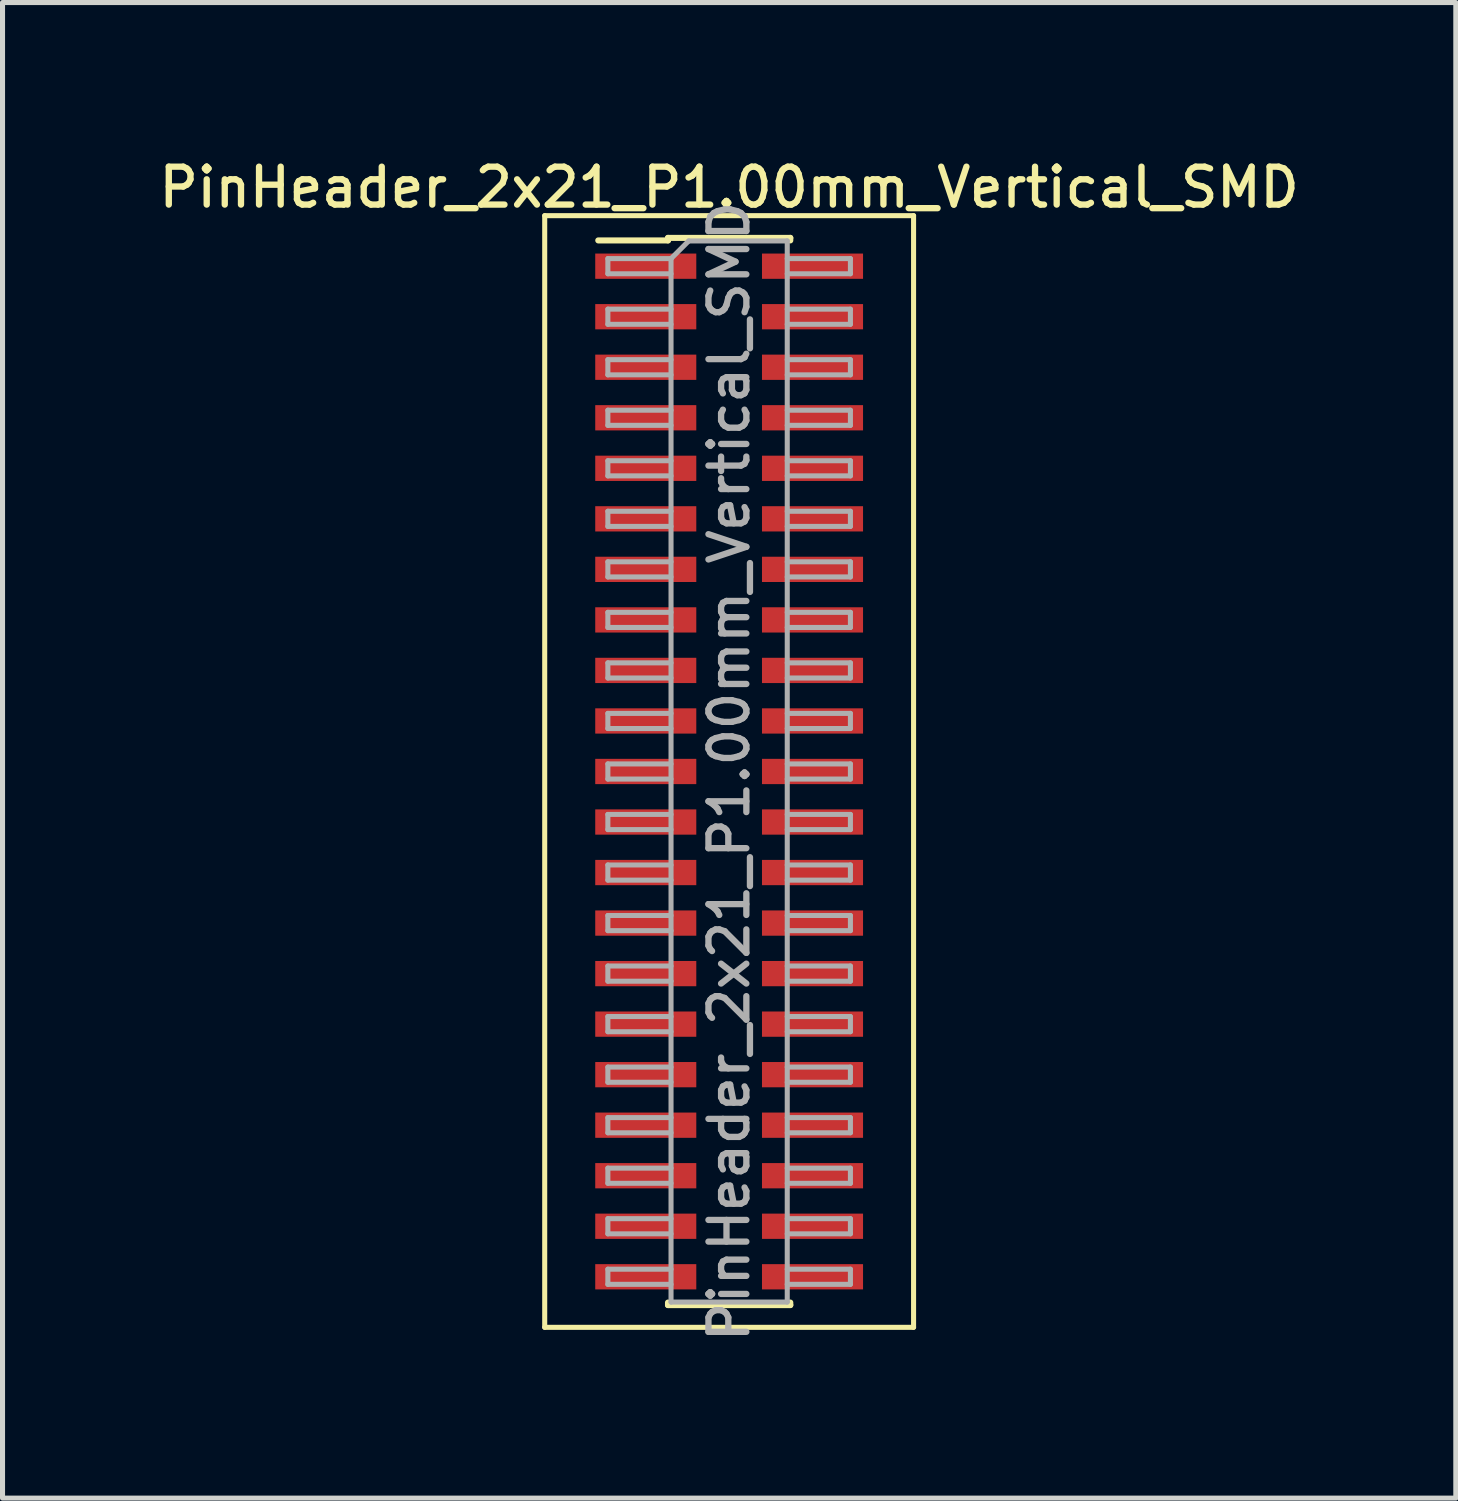
<source format=kicad_pcb>
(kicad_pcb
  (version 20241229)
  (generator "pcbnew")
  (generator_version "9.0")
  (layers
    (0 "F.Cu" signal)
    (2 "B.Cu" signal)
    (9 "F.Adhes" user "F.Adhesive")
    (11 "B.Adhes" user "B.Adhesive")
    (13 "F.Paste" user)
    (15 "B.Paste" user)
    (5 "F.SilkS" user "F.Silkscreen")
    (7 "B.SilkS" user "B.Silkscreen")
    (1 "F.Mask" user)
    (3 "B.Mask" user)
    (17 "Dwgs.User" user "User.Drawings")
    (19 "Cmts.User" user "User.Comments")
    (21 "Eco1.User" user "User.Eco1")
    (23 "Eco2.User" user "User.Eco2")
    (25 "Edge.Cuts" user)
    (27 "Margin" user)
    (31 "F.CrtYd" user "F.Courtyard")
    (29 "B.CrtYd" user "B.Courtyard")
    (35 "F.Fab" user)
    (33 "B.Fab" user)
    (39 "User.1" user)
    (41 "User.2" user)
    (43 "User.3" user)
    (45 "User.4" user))
  (footprint "PinHeader_2x21_P1.00mm_Vertical_SMD"
    (layer "F.Cu")
    (at 11.38 12.218)
    (property "Reference" "PinHeader_2x21_P1.00mm_Vertical_SMD" (at 0 -11.56 0) (layer "F.SilkS") (effects (font (size 0.75 0.75) (thickness 0.125))))
    (attr smd)
    (fp_line (start -3.65 -11) (end -3.65 11) (stroke (width 0.1) (type solid)) (layer "F.SilkS"))
    (fp_line (start -3.65 11) (end 3.65 11) (stroke (width 0.1) (type solid)) (layer "F.SilkS"))
    (fp_line (start -2.59 -10.51) (end -1.21 -10.51) (stroke (width 0.12) (type solid)) (layer "F.SilkS"))
    (fp_line (start -1.21 -10.56) (end -1.21 -10.51) (stroke (width 0.12) (type solid)) (layer "F.SilkS"))
    (fp_line (start -1.21 -10.56) (end 1.21 -10.56) (stroke (width 0.12) (type solid)) (layer "F.SilkS"))
    (fp_line (start -1.21 10.51) (end -1.21 10.56) (stroke (width 0.12) (type solid)) (layer "F.SilkS"))
    (fp_line (start -1.21 10.56) (end 1.21 10.56) (stroke (width 0.12) (type solid)) (layer "F.SilkS"))
    (fp_line (start 1.21 -10.56) (end 1.21 -10.51) (stroke (width 0.12) (type solid)) (layer "F.SilkS"))
    (fp_line (start 1.21 10.51) (end 1.21 10.56) (stroke (width 0.12) (type solid)) (layer "F.SilkS"))
    (fp_line (start 3.65 -11) (end -3.65 -11) (stroke (width 0.1) (type solid)) (layer "F.SilkS"))
    (fp_line (start 3.65 11) (end 3.65 -11) (stroke (width 0.1) (type solid)) (layer "F.SilkS"))
    (fp_line (start -2.4 -10.15) (end -2.4 -9.85) (stroke (width 0.1) (type solid)) (layer "F.Fab"))
    (fp_line (start -2.4 -9.85) (end -1.15 -9.85) (stroke (width 0.1) (type solid)) (layer "F.Fab"))
    (fp_line (start -2.4 -9.15) (end -2.4 -8.85) (stroke (width 0.1) (type solid)) (layer "F.Fab"))
    (fp_line (start -2.4 -8.85) (end -1.15 -8.85) (stroke (width 0.1) (type solid)) (layer "F.Fab"))
    (fp_line (start -2.4 -8.15) (end -2.4 -7.85) (stroke (width 0.1) (type solid)) (layer "F.Fab"))
    (fp_line (start -2.4 -7.85) (end -1.15 -7.85) (stroke (width 0.1) (type solid)) (layer "F.Fab"))
    (fp_line (start -2.4 -7.15) (end -2.4 -6.85) (stroke (width 0.1) (type solid)) (layer "F.Fab"))
    (fp_line (start -2.4 -6.85) (end -1.15 -6.85) (stroke (width 0.1) (type solid)) (layer "F.Fab"))
    (fp_line (start -2.4 -6.15) (end -2.4 -5.85) (stroke (width 0.1) (type solid)) (layer "F.Fab"))
    (fp_line (start -2.4 -5.85) (end -1.15 -5.85) (stroke (width 0.1) (type solid)) (layer "F.Fab"))
    (fp_line (start -2.4 -5.15) (end -2.4 -4.85) (stroke (width 0.1) (type solid)) (layer "F.Fab"))
    (fp_line (start -2.4 -4.85) (end -1.15 -4.85) (stroke (width 0.1) (type solid)) (layer "F.Fab"))
    (fp_line (start -2.4 -4.15) (end -2.4 -3.85) (stroke (width 0.1) (type solid)) (layer "F.Fab"))
    (fp_line (start -2.4 -3.85) (end -1.15 -3.85) (stroke (width 0.1) (type solid)) (layer "F.Fab"))
    (fp_line (start -2.4 -3.15) (end -2.4 -2.85) (stroke (width 0.1) (type solid)) (layer "F.Fab"))
    (fp_line (start -2.4 -2.85) (end -1.15 -2.85) (stroke (width 0.1) (type solid)) (layer "F.Fab"))
    (fp_line (start -2.4 -2.15) (end -2.4 -1.85) (stroke (width 0.1) (type solid)) (layer "F.Fab"))
    (fp_line (start -2.4 -1.85) (end -1.15 -1.85) (stroke (width 0.1) (type solid)) (layer "F.Fab"))
    (fp_line (start -2.4 -1.15) (end -2.4 -0.85) (stroke (width 0.1) (type solid)) (layer "F.Fab"))
    (fp_line (start -2.4 -0.85) (end -1.15 -0.85) (stroke (width 0.1) (type solid)) (layer "F.Fab"))
    (fp_line (start -2.4 -0.15) (end -2.4 0.15) (stroke (width 0.1) (type solid)) (layer "F.Fab"))
    (fp_line (start -2.4 0.15) (end -1.15 0.15) (stroke (width 0.1) (type solid)) (layer "F.Fab"))
    (fp_line (start -2.4 0.85) (end -2.4 1.15) (stroke (width 0.1) (type solid)) (layer "F.Fab"))
    (fp_line (start -2.4 1.15) (end -1.15 1.15) (stroke (width 0.1) (type solid)) (layer "F.Fab"))
    (fp_line (start -2.4 1.85) (end -2.4 2.15) (stroke (width 0.1) (type solid)) (layer "F.Fab"))
    (fp_line (start -2.4 2.15) (end -1.15 2.15) (stroke (width 0.1) (type solid)) (layer "F.Fab"))
    (fp_line (start -2.4 2.85) (end -2.4 3.15) (stroke (width 0.1) (type solid)) (layer "F.Fab"))
    (fp_line (start -2.4 3.15) (end -1.15 3.15) (stroke (width 0.1) (type solid)) (layer "F.Fab"))
    (fp_line (start -2.4 3.85) (end -2.4 4.15) (stroke (width 0.1) (type solid)) (layer "F.Fab"))
    (fp_line (start -2.4 4.15) (end -1.15 4.15) (stroke (width 0.1) (type solid)) (layer "F.Fab"))
    (fp_line (start -2.4 4.85) (end -2.4 5.15) (stroke (width 0.1) (type solid)) (layer "F.Fab"))
    (fp_line (start -2.4 5.15) (end -1.15 5.15) (stroke (width 0.1) (type solid)) (layer "F.Fab"))
    (fp_line (start -2.4 5.85) (end -2.4 6.15) (stroke (width 0.1) (type solid)) (layer "F.Fab"))
    (fp_line (start -2.4 6.15) (end -1.15 6.15) (stroke (width 0.1) (type solid)) (layer "F.Fab"))
    (fp_line (start -2.4 6.85) (end -2.4 7.15) (stroke (width 0.1) (type solid)) (layer "F.Fab"))
    (fp_line (start -2.4 7.15) (end -1.15 7.15) (stroke (width 0.1) (type solid)) (layer "F.Fab"))
    (fp_line (start -2.4 7.85) (end -2.4 8.15) (stroke (width 0.1) (type solid)) (layer "F.Fab"))
    (fp_line (start -2.4 8.15) (end -1.15 8.15) (stroke (width 0.1) (type solid)) (layer "F.Fab"))
    (fp_line (start -2.4 8.85) (end -2.4 9.15) (stroke (width 0.1) (type solid)) (layer "F.Fab"))
    (fp_line (start -2.4 9.15) (end -1.15 9.15) (stroke (width 0.1) (type solid)) (layer "F.Fab"))
    (fp_line (start -2.4 9.85) (end -2.4 10.15) (stroke (width 0.1) (type solid)) (layer "F.Fab"))
    (fp_line (start -2.4 10.15) (end -1.15 10.15) (stroke (width 0.1) (type solid)) (layer "F.Fab"))
    (fp_line (start -1.15 -10.15) (end -2.4 -10.15) (stroke (width 0.1) (type solid)) (layer "F.Fab"))
    (fp_line (start -1.15 -10.15) (end -0.8 -10.5) (stroke (width 0.1) (type solid)) (layer "F.Fab"))
    (fp_line (start -1.15 -9.15) (end -2.4 -9.15) (stroke (width 0.1) (type solid)) (layer "F.Fab"))
    (fp_line (start -1.15 -8.15) (end -2.4 -8.15) (stroke (width 0.1) (type solid)) (layer "F.Fab"))
    (fp_line (start -1.15 -7.15) (end -2.4 -7.15) (stroke (width 0.1) (type solid)) (layer "F.Fab"))
    (fp_line (start -1.15 -6.15) (end -2.4 -6.15) (stroke (width 0.1) (type solid)) (layer "F.Fab"))
    (fp_line (start -1.15 -5.15) (end -2.4 -5.15) (stroke (width 0.1) (type solid)) (layer "F.Fab"))
    (fp_line (start -1.15 -4.15) (end -2.4 -4.15) (stroke (width 0.1) (type solid)) (layer "F.Fab"))
    (fp_line (start -1.15 -3.15) (end -2.4 -3.15) (stroke (width 0.1) (type solid)) (layer "F.Fab"))
    (fp_line (start -1.15 -2.15) (end -2.4 -2.15) (stroke (width 0.1) (type solid)) (layer "F.Fab"))
    (fp_line (start -1.15 -1.15) (end -2.4 -1.15) (stroke (width 0.1) (type solid)) (layer "F.Fab"))
    (fp_line (start -1.15 -0.15) (end -2.4 -0.15) (stroke (width 0.1) (type solid)) (layer "F.Fab"))
    (fp_line (start -1.15 0.85) (end -2.4 0.85) (stroke (width 0.1) (type solid)) (layer "F.Fab"))
    (fp_line (start -1.15 1.85) (end -2.4 1.85) (stroke (width 0.1) (type solid)) (layer "F.Fab"))
    (fp_line (start -1.15 2.85) (end -2.4 2.85) (stroke (width 0.1) (type solid)) (layer "F.Fab"))
    (fp_line (start -1.15 3.85) (end -2.4 3.85) (stroke (width 0.1) (type solid)) (layer "F.Fab"))
    (fp_line (start -1.15 4.85) (end -2.4 4.85) (stroke (width 0.1) (type solid)) (layer "F.Fab"))
    (fp_line (start -1.15 5.85) (end -2.4 5.85) (stroke (width 0.1) (type solid)) (layer "F.Fab"))
    (fp_line (start -1.15 6.85) (end -2.4 6.85) (stroke (width 0.1) (type solid)) (layer "F.Fab"))
    (fp_line (start -1.15 7.85) (end -2.4 7.85) (stroke (width 0.1) (type solid)) (layer "F.Fab"))
    (fp_line (start -1.15 8.85) (end -2.4 8.85) (stroke (width 0.1) (type solid)) (layer "F.Fab"))
    (fp_line (start -1.15 9.85) (end -2.4 9.85) (stroke (width 0.1) (type solid)) (layer "F.Fab"))
    (fp_line (start -1.15 10.5) (end -1.15 -10.15) (stroke (width 0.1) (type solid)) (layer "F.Fab"))
    (fp_line (start -0.8 -10.5) (end 1.15 -10.5) (stroke (width 0.1) (type solid)) (layer "F.Fab"))
    (fp_line (start 1.15 -10.5) (end 1.15 10.5) (stroke (width 0.1) (type solid)) (layer "F.Fab"))
    (fp_line (start 1.15 -10.15) (end 2.4 -10.15) (stroke (width 0.1) (type solid)) (layer "F.Fab"))
    (fp_line (start 1.15 -9.15) (end 2.4 -9.15) (stroke (width 0.1) (type solid)) (layer "F.Fab"))
    (fp_line (start 1.15 -8.15) (end 2.4 -8.15) (stroke (width 0.1) (type solid)) (layer "F.Fab"))
    (fp_line (start 1.15 -7.15) (end 2.4 -7.15) (stroke (width 0.1) (type solid)) (layer "F.Fab"))
    (fp_line (start 1.15 -6.15) (end 2.4 -6.15) (stroke (width 0.1) (type solid)) (layer "F.Fab"))
    (fp_line (start 1.15 -5.15) (end 2.4 -5.15) (stroke (width 0.1) (type solid)) (layer "F.Fab"))
    (fp_line (start 1.15 -4.15) (end 2.4 -4.15) (stroke (width 0.1) (type solid)) (layer "F.Fab"))
    (fp_line (start 1.15 -3.15) (end 2.4 -3.15) (stroke (width 0.1) (type solid)) (layer "F.Fab"))
    (fp_line (start 1.15 -2.15) (end 2.4 -2.15) (stroke (width 0.1) (type solid)) (layer "F.Fab"))
    (fp_line (start 1.15 -1.15) (end 2.4 -1.15) (stroke (width 0.1) (type solid)) (layer "F.Fab"))
    (fp_line (start 1.15 -0.15) (end 2.4 -0.15) (stroke (width 0.1) (type solid)) (layer "F.Fab"))
    (fp_line (start 1.15 0.85) (end 2.4 0.85) (stroke (width 0.1) (type solid)) (layer "F.Fab"))
    (fp_line (start 1.15 1.85) (end 2.4 1.85) (stroke (width 0.1) (type solid)) (layer "F.Fab"))
    (fp_line (start 1.15 2.85) (end 2.4 2.85) (stroke (width 0.1) (type solid)) (layer "F.Fab"))
    (fp_line (start 1.15 3.85) (end 2.4 3.85) (stroke (width 0.1) (type solid)) (layer "F.Fab"))
    (fp_line (start 1.15 4.85) (end 2.4 4.85) (stroke (width 0.1) (type solid)) (layer "F.Fab"))
    (fp_line (start 1.15 5.85) (end 2.4 5.85) (stroke (width 0.1) (type solid)) (layer "F.Fab"))
    (fp_line (start 1.15 6.85) (end 2.4 6.85) (stroke (width 0.1) (type solid)) (layer "F.Fab"))
    (fp_line (start 1.15 7.85) (end 2.4 7.85) (stroke (width 0.1) (type solid)) (layer "F.Fab"))
    (fp_line (start 1.15 8.85) (end 2.4 8.85) (stroke (width 0.1) (type solid)) (layer "F.Fab"))
    (fp_line (start 1.15 9.85) (end 2.4 9.85) (stroke (width 0.1) (type solid)) (layer "F.Fab"))
    (fp_line (start 1.15 10.5) (end -1.15 10.5) (stroke (width 0.1) (type solid)) (layer "F.Fab"))
    (fp_line (start 2.4 -10.15) (end 2.4 -9.85) (stroke (width 0.1) (type solid)) (layer "F.Fab"))
    (fp_line (start 2.4 -9.85) (end 1.15 -9.85) (stroke (width 0.1) (type solid)) (layer "F.Fab"))
    (fp_line (start 2.4 -9.15) (end 2.4 -8.85) (stroke (width 0.1) (type solid)) (layer "F.Fab"))
    (fp_line (start 2.4 -8.85) (end 1.15 -8.85) (stroke (width 0.1) (type solid)) (layer "F.Fab"))
    (fp_line (start 2.4 -8.15) (end 2.4 -7.85) (stroke (width 0.1) (type solid)) (layer "F.Fab"))
    (fp_line (start 2.4 -7.85) (end 1.15 -7.85) (stroke (width 0.1) (type solid)) (layer "F.Fab"))
    (fp_line (start 2.4 -7.15) (end 2.4 -6.85) (stroke (width 0.1) (type solid)) (layer "F.Fab"))
    (fp_line (start 2.4 -6.85) (end 1.15 -6.85) (stroke (width 0.1) (type solid)) (layer "F.Fab"))
    (fp_line (start 2.4 -6.15) (end 2.4 -5.85) (stroke (width 0.1) (type solid)) (layer "F.Fab"))
    (fp_line (start 2.4 -5.85) (end 1.15 -5.85) (stroke (width 0.1) (type solid)) (layer "F.Fab"))
    (fp_line (start 2.4 -5.15) (end 2.4 -4.85) (stroke (width 0.1) (type solid)) (layer "F.Fab"))
    (fp_line (start 2.4 -4.85) (end 1.15 -4.85) (stroke (width 0.1) (type solid)) (layer "F.Fab"))
    (fp_line (start 2.4 -4.15) (end 2.4 -3.85) (stroke (width 0.1) (type solid)) (layer "F.Fab"))
    (fp_line (start 2.4 -3.85) (end 1.15 -3.85) (stroke (width 0.1) (type solid)) (layer "F.Fab"))
    (fp_line (start 2.4 -3.15) (end 2.4 -2.85) (stroke (width 0.1) (type solid)) (layer "F.Fab"))
    (fp_line (start 2.4 -2.85) (end 1.15 -2.85) (stroke (width 0.1) (type solid)) (layer "F.Fab"))
    (fp_line (start 2.4 -2.15) (end 2.4 -1.85) (stroke (width 0.1) (type solid)) (layer "F.Fab"))
    (fp_line (start 2.4 -1.85) (end 1.15 -1.85) (stroke (width 0.1) (type solid)) (layer "F.Fab"))
    (fp_line (start 2.4 -1.15) (end 2.4 -0.85) (stroke (width 0.1) (type solid)) (layer "F.Fab"))
    (fp_line (start 2.4 -0.85) (end 1.15 -0.85) (stroke (width 0.1) (type solid)) (layer "F.Fab"))
    (fp_line (start 2.4 -0.15) (end 2.4 0.15) (stroke (width 0.1) (type solid)) (layer "F.Fab"))
    (fp_line (start 2.4 0.15) (end 1.15 0.15) (stroke (width 0.1) (type solid)) (layer "F.Fab"))
    (fp_line (start 2.4 0.85) (end 2.4 1.15) (stroke (width 0.1) (type solid)) (layer "F.Fab"))
    (fp_line (start 2.4 1.15) (end 1.15 1.15) (stroke (width 0.1) (type solid)) (layer "F.Fab"))
    (fp_line (start 2.4 1.85) (end 2.4 2.15) (stroke (width 0.1) (type solid)) (layer "F.Fab"))
    (fp_line (start 2.4 2.15) (end 1.15 2.15) (stroke (width 0.1) (type solid)) (layer "F.Fab"))
    (fp_line (start 2.4 2.85) (end 2.4 3.15) (stroke (width 0.1) (type solid)) (layer "F.Fab"))
    (fp_line (start 2.4 3.15) (end 1.15 3.15) (stroke (width 0.1) (type solid)) (layer "F.Fab"))
    (fp_line (start 2.4 3.85) (end 2.4 4.15) (stroke (width 0.1) (type solid)) (layer "F.Fab"))
    (fp_line (start 2.4 4.15) (end 1.15 4.15) (stroke (width 0.1) (type solid)) (layer "F.Fab"))
    (fp_line (start 2.4 4.85) (end 2.4 5.15) (stroke (width 0.1) (type solid)) (layer "F.Fab"))
    (fp_line (start 2.4 5.15) (end 1.15 5.15) (stroke (width 0.1) (type solid)) (layer "F.Fab"))
    (fp_line (start 2.4 5.85) (end 2.4 6.15) (stroke (width 0.1) (type solid)) (layer "F.Fab"))
    (fp_line (start 2.4 6.15) (end 1.15 6.15) (stroke (width 0.1) (type solid)) (layer "F.Fab"))
    (fp_line (start 2.4 6.85) (end 2.4 7.15) (stroke (width 0.1) (type solid)) (layer "F.Fab"))
    (fp_line (start 2.4 7.15) (end 1.15 7.15) (stroke (width 0.1) (type solid)) (layer "F.Fab"))
    (fp_line (start 2.4 7.85) (end 2.4 8.15) (stroke (width 0.1) (type solid)) (layer "F.Fab"))
    (fp_line (start 2.4 8.15) (end 1.15 8.15) (stroke (width 0.1) (type solid)) (layer "F.Fab"))
    (fp_line (start 2.4 8.85) (end 2.4 9.15) (stroke (width 0.1) (type solid)) (layer "F.Fab"))
    (fp_line (start 2.4 9.15) (end 1.15 9.15) (stroke (width 0.1) (type solid)) (layer "F.Fab"))
    (fp_line (start 2.4 9.85) (end 2.4 10.15) (stroke (width 0.1) (type solid)) (layer "F.Fab"))
    (fp_line (start 2.4 10.15) (end 1.15 10.15) (stroke (width 0.1) (type solid)) (layer "F.Fab"))
    (fp_text user "${REFERENCE}" (at 0 0 90) (layer "F.Fab") (effects (font (size 0.75 0.75) (thickness 0.125))))
    (pad "1" smd rect (at -1.65 -10) (size 2 0.5) (layers "F.Cu" "F.Mask" "F.Paste"))
    (pad "2" smd rect (at 1.65 -10) (size 2 0.5) (layers "F.Cu" "F.Mask" "F.Paste"))
    (pad "3" smd rect (at -1.65 -9) (size 2 0.5) (layers "F.Cu" "F.Mask" "F.Paste"))
    (pad "4" smd rect (at 1.65 -9) (size 2 0.5) (layers "F.Cu" "F.Mask" "F.Paste"))
    (pad "5" smd rect (at -1.65 -8) (size 2 0.5) (layers "F.Cu" "F.Mask" "F.Paste"))
    (pad "6" smd rect (at 1.65 -8) (size 2 0.5) (layers "F.Cu" "F.Mask" "F.Paste"))
    (pad "7" smd rect (at -1.65 -7) (size 2 0.5) (layers "F.Cu" "F.Mask" "F.Paste"))
    (pad "8" smd rect (at 1.65 -7) (size 2 0.5) (layers "F.Cu" "F.Mask" "F.Paste"))
    (pad "9" smd rect (at -1.65 -6) (size 2 0.5) (layers "F.Cu" "F.Mask" "F.Paste"))
    (pad "10" smd rect (at 1.65 -6) (size 2 0.5) (layers "F.Cu" "F.Mask" "F.Paste"))
    (pad "11" smd rect (at -1.65 -5) (size 2 0.5) (layers "F.Cu" "F.Mask" "F.Paste"))
    (pad "12" smd rect (at 1.65 -5) (size 2 0.5) (layers "F.Cu" "F.Mask" "F.Paste"))
    (pad "13" smd rect (at -1.65 -4) (size 2 0.5) (layers "F.Cu" "F.Mask" "F.Paste"))
    (pad "14" smd rect (at 1.65 -4) (size 2 0.5) (layers "F.Cu" "F.Mask" "F.Paste"))
    (pad "15" smd rect (at -1.65 -3) (size 2 0.5) (layers "F.Cu" "F.Mask" "F.Paste"))
    (pad "16" smd rect (at 1.65 -3) (size 2 0.5) (layers "F.Cu" "F.Mask" "F.Paste"))
    (pad "17" smd rect (at -1.65 -2) (size 2 0.5) (layers "F.Cu" "F.Mask" "F.Paste"))
    (pad "18" smd rect (at 1.65 -2) (size 2 0.5) (layers "F.Cu" "F.Mask" "F.Paste"))
    (pad "19" smd rect (at -1.65 -1) (size 2 0.5) (layers "F.Cu" "F.Mask" "F.Paste"))
    (pad "20" smd rect (at 1.65 -1) (size 2 0.5) (layers "F.Cu" "F.Mask" "F.Paste"))
    (pad "21" smd rect (at -1.65 0) (size 2 0.5) (layers "F.Cu" "F.Mask" "F.Paste"))
    (pad "22" smd rect (at 1.65 0) (size 2 0.5) (layers "F.Cu" "F.Mask" "F.Paste"))
    (pad "23" smd rect (at -1.65 1) (size 2 0.5) (layers "F.Cu" "F.Mask" "F.Paste"))
    (pad "24" smd rect (at 1.65 1) (size 2 0.5) (layers "F.Cu" "F.Mask" "F.Paste"))
    (pad "25" smd rect (at -1.65 2) (size 2 0.5) (layers "F.Cu" "F.Mask" "F.Paste"))
    (pad "26" smd rect (at 1.65 2) (size 2 0.5) (layers "F.Cu" "F.Mask" "F.Paste"))
    (pad "27" smd rect (at -1.65 3) (size 2 0.5) (layers "F.Cu" "F.Mask" "F.Paste"))
    (pad "28" smd rect (at 1.65 3) (size 2 0.5) (layers "F.Cu" "F.Mask" "F.Paste"))
    (pad "29" smd rect (at -1.65 4) (size 2 0.5) (layers "F.Cu" "F.Mask" "F.Paste"))
    (pad "30" smd rect (at 1.65 4) (size 2 0.5) (layers "F.Cu" "F.Mask" "F.Paste"))
    (pad "31" smd rect (at -1.65 5) (size 2 0.5) (layers "F.Cu" "F.Mask" "F.Paste"))
    (pad "32" smd rect (at 1.65 5) (size 2 0.5) (layers "F.Cu" "F.Mask" "F.Paste"))
    (pad "33" smd rect (at -1.65 6) (size 2 0.5) (layers "F.Cu" "F.Mask" "F.Paste"))
    (pad "34" smd rect (at 1.65 6) (size 2 0.5) (layers "F.Cu" "F.Mask" "F.Paste"))
    (pad "35" smd rect (at -1.65 7) (size 2 0.5) (layers "F.Cu" "F.Mask" "F.Paste"))
    (pad "36" smd rect (at 1.65 7) (size 2 0.5) (layers "F.Cu" "F.Mask" "F.Paste"))
    (pad "37" smd rect (at -1.65 8) (size 2 0.5) (layers "F.Cu" "F.Mask" "F.Paste"))
    (pad "38" smd rect (at 1.65 8) (size 2 0.5) (layers "F.Cu" "F.Mask" "F.Paste"))
    (pad "39" smd rect (at -1.65 9) (size 2 0.5) (layers "F.Cu" "F.Mask" "F.Paste"))
    (pad "40" smd rect (at 1.65 9) (size 2 0.5) (layers "F.Cu" "F.Mask" "F.Paste"))
    (pad "41" smd rect (at -1.65 10) (size 2 0.5) (layers "F.Cu" "F.Mask" "F.Paste"))
    (pad "42" smd rect (at 1.65 10) (size 2 0.5) (layers "F.Cu" "F.Mask" "F.Paste")))
  (gr_rect
    (start -3 -3)
    (end 25.761 26.598)
    (stroke (width 0.1) (type default))
    (fill no)
    (layer "Edge.Cuts")))
</source>
